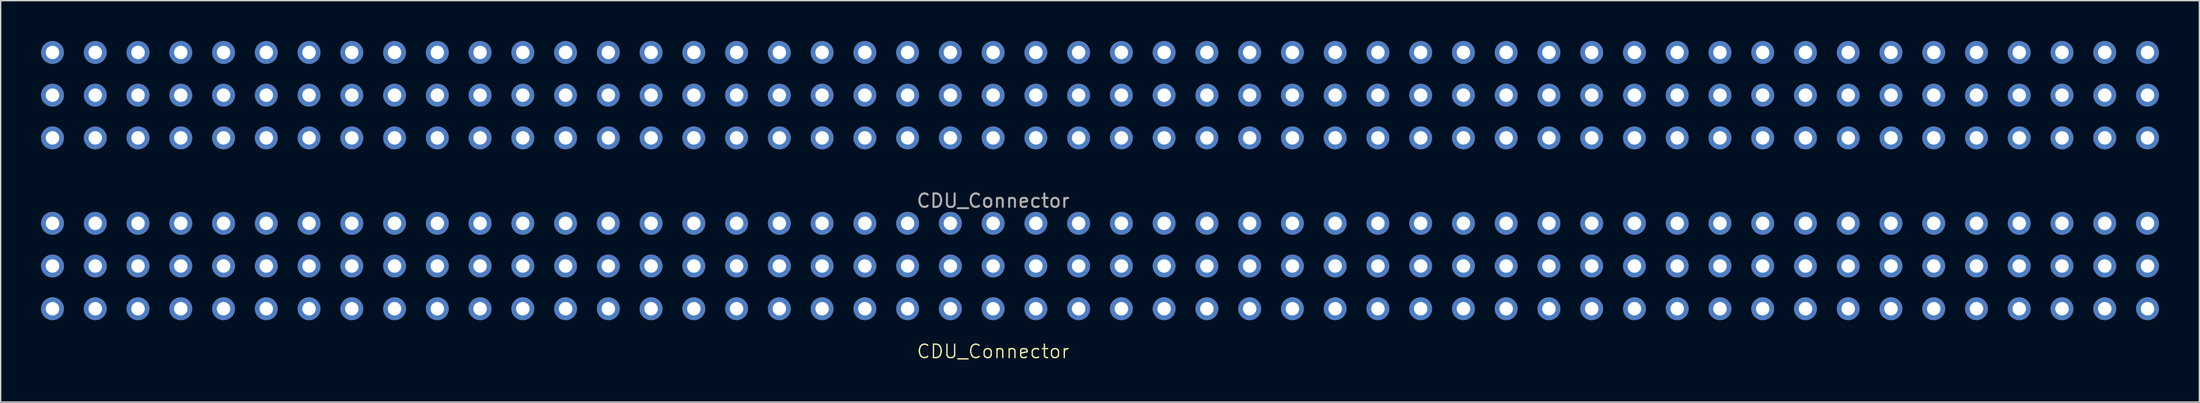
<source format=kicad_pcb>
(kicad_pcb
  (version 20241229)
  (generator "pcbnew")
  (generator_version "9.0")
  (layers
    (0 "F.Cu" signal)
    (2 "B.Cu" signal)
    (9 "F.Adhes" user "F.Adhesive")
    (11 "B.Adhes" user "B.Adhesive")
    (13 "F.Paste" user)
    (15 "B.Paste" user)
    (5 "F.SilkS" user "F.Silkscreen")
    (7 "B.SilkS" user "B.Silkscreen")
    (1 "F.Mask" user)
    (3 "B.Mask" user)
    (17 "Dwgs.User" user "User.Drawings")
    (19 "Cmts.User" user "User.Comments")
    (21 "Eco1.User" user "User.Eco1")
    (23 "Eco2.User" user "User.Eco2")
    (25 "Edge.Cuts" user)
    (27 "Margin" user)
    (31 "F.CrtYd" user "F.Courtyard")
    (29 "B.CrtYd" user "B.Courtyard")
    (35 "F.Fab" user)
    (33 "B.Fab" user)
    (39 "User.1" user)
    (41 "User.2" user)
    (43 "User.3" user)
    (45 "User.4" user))
  (footprint "CDU_Connector"
    (layer "F.Cu")
    (at 156.425 19.9)
    (property "Reference" "CDU_Connector" (at -85.725 3.175 0) (unlocked yes) (layer "F.SilkS") (effects (font (size 1 1) (thickness 0.1))))
    (attr through_hole)
    (fp_text user "${REFERENCE}" (at -85.725 -8.025 0) (unlocked yes) (layer "F.Fab") (effects (font (size 1 1) (thickness 0.15))))
    (pad "101" thru_hole circle (at 0 0) (size 1.7 1.7) (drill 1) (layers "*.Cu" "*.Mask"))
    (pad "102" thru_hole circle (at -3.175 0) (size 1.7 1.7) (drill 1) (layers "*.Cu" "*.Mask"))
    (pad "103" thru_hole circle (at -6.35 0) (size 1.7 1.7) (drill 1) (layers "*.Cu" "*.Mask"))
    (pad "104" thru_hole circle (at -9.525 0) (size 1.7 1.7) (drill 1) (layers "*.Cu" "*.Mask"))
    (pad "105" thru_hole circle (at -12.7 0) (size 1.7 1.7) (drill 1) (layers "*.Cu" "*.Mask"))
    (pad "106" thru_hole circle (at -15.875 0) (size 1.7 1.7) (drill 1) (layers "*.Cu" "*.Mask"))
    (pad "107" thru_hole circle (at -19.05 0) (size 1.7 1.7) (drill 1) (layers "*.Cu" "*.Mask"))
    (pad "108" thru_hole circle (at -22.225 0) (size 1.7 1.7) (drill 1) (layers "*.Cu" "*.Mask"))
    (pad "109" thru_hole circle (at -25.4 0) (size 1.7 1.7) (drill 1) (layers "*.Cu" "*.Mask"))
    (pad "110" thru_hole circle (at -28.575 0) (size 1.7 1.7) (drill 1) (layers "*.Cu" "*.Mask"))
    (pad "111" thru_hole circle (at -31.75 0) (size 1.7 1.7) (drill 1) (layers "*.Cu" "*.Mask"))
    (pad "112" thru_hole circle (at -34.925 0) (size 1.7 1.7) (drill 1) (layers "*.Cu" "*.Mask"))
    (pad "113" thru_hole circle (at -38.1 0) (size 1.7 1.7) (drill 1) (layers "*.Cu" "*.Mask"))
    (pad "114" thru_hole circle (at -41.275 0) (size 1.7 1.7) (drill 1) (layers "*.Cu" "*.Mask"))
    (pad "115" thru_hole circle (at -44.45 0) (size 1.7 1.7) (drill 1) (layers "*.Cu" "*.Mask"))
    (pad "116" thru_hole circle (at -47.625 0) (size 1.7 1.7) (drill 1) (layers "*.Cu" "*.Mask"))
    (pad "117" thru_hole circle (at -50.8 0) (size 1.7 1.7) (drill 1) (layers "*.Cu" "*.Mask"))
    (pad "118" thru_hole circle (at -53.975 0) (size 1.7 1.7) (drill 1) (layers "*.Cu" "*.Mask"))
    (pad "119" thru_hole circle (at -57.15 0) (size 1.7 1.7) (drill 1) (layers "*.Cu" "*.Mask"))
    (pad "120" thru_hole circle (at -60.325 0) (size 1.7 1.7) (drill 1) (layers "*.Cu" "*.Mask"))
    (pad "121" thru_hole circle (at -63.5 0) (size 1.7 1.7) (drill 1) (layers "*.Cu" "*.Mask"))
    (pad "122" thru_hole circle (at -66.675 0) (size 1.7 1.7) (drill 1) (layers "*.Cu" "*.Mask"))
    (pad "123" thru_hole circle (at -69.85 0) (size 1.7 1.7) (drill 1) (layers "*.Cu" "*.Mask"))
    (pad "124" thru_hole circle (at -73.025 0) (size 1.7 1.7) (drill 1) (layers "*.Cu" "*.Mask"))
    (pad "125" thru_hole circle (at -76.2 0) (size 1.7 1.7) (drill 1) (layers "*.Cu" "*.Mask"))
    (pad "126" thru_hole circle (at -79.375 0) (size 1.7 1.7) (drill 1) (layers "*.Cu" "*.Mask"))
    (pad "127" thru_hole circle (at -82.55 0) (size 1.7 1.7) (drill 1) (layers "*.Cu" "*.Mask"))
    (pad "128" thru_hole circle (at -85.725 0) (size 1.7 1.7) (drill 1) (layers "*.Cu" "*.Mask"))
    (pad "129" thru_hole circle (at -88.9 0) (size 1.7 1.7) (drill 1) (layers "*.Cu" "*.Mask"))
    (pad "130" thru_hole circle (at -92.075 0) (size 1.7 1.7) (drill 1) (layers "*.Cu" "*.Mask"))
    (pad "131" thru_hole circle (at -95.25 0) (size 1.7 1.7) (drill 1) (layers "*.Cu" "*.Mask"))
    (pad "132" thru_hole circle (at -98.425 0) (size 1.7 1.7) (drill 1) (layers "*.Cu" "*.Mask"))
    (pad "133" thru_hole circle (at -101.6 0) (size 1.7 1.7) (drill 1) (layers "*.Cu" "*.Mask"))
    (pad "134" thru_hole circle (at -104.775 0) (size 1.7 1.7) (drill 1) (layers "*.Cu" "*.Mask"))
    (pad "135" thru_hole circle (at -107.95 0) (size 1.7 1.7) (drill 1) (layers "*.Cu" "*.Mask"))
    (pad "136" thru_hole circle (at -111.125 0) (size 1.7 1.7) (drill 1) (layers "*.Cu" "*.Mask"))
    (pad "137" thru_hole circle (at -114.3 0) (size 1.7 1.7) (drill 1) (layers "*.Cu" "*.Mask"))
    (pad "138" thru_hole circle (at -117.475 0) (size 1.7 1.7) (drill 1) (layers "*.Cu" "*.Mask"))
    (pad "139" thru_hole circle (at -120.65 0) (size 1.7 1.7) (drill 1) (layers "*.Cu" "*.Mask"))
    (pad "140" thru_hole circle (at -123.825 0) (size 1.7 1.7) (drill 1) (layers "*.Cu" "*.Mask"))
    (pad "141" thru_hole circle (at -127 0) (size 1.7 1.7) (drill 1) (layers "*.Cu" "*.Mask"))
    (pad "142" thru_hole circle (at -130.175 0) (size 1.7 1.7) (drill 1) (layers "*.Cu" "*.Mask"))
    (pad "143" thru_hole circle (at -133.35 0) (size 1.7 1.7) (drill 1) (layers "*.Cu" "*.Mask"))
    (pad "144" thru_hole circle (at -136.525 0) (size 1.7 1.7) (drill 1) (layers "*.Cu" "*.Mask"))
    (pad "145" thru_hole circle (at -139.7 0) (size 1.7 1.7) (drill 1) (layers "*.Cu" "*.Mask"))
    (pad "146" thru_hole circle (at -142.875 0) (size 1.7 1.7) (drill 1) (layers "*.Cu" "*.Mask"))
    (pad "147" thru_hole circle (at -146.05 0) (size 1.7 1.7) (drill 1) (layers "*.Cu" "*.Mask"))
    (pad "148" thru_hole circle (at -149.225 0) (size 1.7 1.7) (drill 1) (layers "*.Cu" "*.Mask"))
    (pad "149" thru_hole circle (at -152.4 0) (size 1.7 1.7) (drill 1) (layers "*.Cu" "*.Mask"))
    (pad "150" thru_hole circle (at -155.575 0) (size 1.7 1.7) (drill 1) (layers "*.Cu" "*.Mask"))
    (pad "201" thru_hole circle (at 0 -3.175) (size 1.7 1.7) (drill 1) (layers "*.Cu" "*.Mask"))
    (pad "202" thru_hole circle (at -3.175 -3.175) (size 1.7 1.7) (drill 1) (layers "*.Cu" "*.Mask"))
    (pad "203" thru_hole circle (at -6.35 -3.175) (size 1.7 1.7) (drill 1) (layers "*.Cu" "*.Mask"))
    (pad "204" thru_hole circle (at -9.525 -3.175) (size 1.7 1.7) (drill 1) (layers "*.Cu" "*.Mask"))
    (pad "205" thru_hole circle (at -12.7 -3.175) (size 1.7 1.7) (drill 1) (layers "*.Cu" "*.Mask"))
    (pad "206" thru_hole circle (at -15.875 -3.175) (size 1.7 1.7) (drill 1) (layers "*.Cu" "*.Mask"))
    (pad "207" thru_hole circle (at -19.05 -3.175) (size 1.7 1.7) (drill 1) (layers "*.Cu" "*.Mask"))
    (pad "208" thru_hole circle (at -22.225 -3.175) (size 1.7 1.7) (drill 1) (layers "*.Cu" "*.Mask"))
    (pad "209" thru_hole circle (at -25.4 -3.175) (size 1.7 1.7) (drill 1) (layers "*.Cu" "*.Mask"))
    (pad "210" thru_hole circle (at -28.575 -3.175) (size 1.7 1.7) (drill 1) (layers "*.Cu" "*.Mask"))
    (pad "211" thru_hole circle (at -31.75 -3.175) (size 1.7 1.7) (drill 1) (layers "*.Cu" "*.Mask"))
    (pad "212" thru_hole circle (at -34.925 -3.175) (size 1.7 1.7) (drill 1) (layers "*.Cu" "*.Mask"))
    (pad "213" thru_hole circle (at -38.1 -3.175) (size 1.7 1.7) (drill 1) (layers "*.Cu" "*.Mask"))
    (pad "214" thru_hole circle (at -41.275 -3.175) (size 1.7 1.7) (drill 1) (layers "*.Cu" "*.Mask"))
    (pad "215" thru_hole circle (at -44.45 -3.175) (size 1.7 1.7) (drill 1) (layers "*.Cu" "*.Mask"))
    (pad "216" thru_hole circle (at -47.625 -3.175) (size 1.7 1.7) (drill 1) (layers "*.Cu" "*.Mask"))
    (pad "217" thru_hole circle (at -50.8 -3.175) (size 1.7 1.7) (drill 1) (layers "*.Cu" "*.Mask"))
    (pad "218" thru_hole circle (at -53.975 -3.175) (size 1.7 1.7) (drill 1) (layers "*.Cu" "*.Mask"))
    (pad "219" thru_hole circle (at -57.15 -3.175) (size 1.7 1.7) (drill 1) (layers "*.Cu" "*.Mask"))
    (pad "220" thru_hole circle (at -60.325 -3.175) (size 1.7 1.7) (drill 1) (layers "*.Cu" "*.Mask"))
    (pad "221" thru_hole circle (at -63.5 -3.175) (size 1.7 1.7) (drill 1) (layers "*.Cu" "*.Mask"))
    (pad "222" thru_hole circle (at -66.675 -3.175) (size 1.7 1.7) (drill 1) (layers "*.Cu" "*.Mask"))
    (pad "223" thru_hole circle (at -69.85 -3.175) (size 1.7 1.7) (drill 1) (layers "*.Cu" "*.Mask"))
    (pad "224" thru_hole circle (at -73.025 -3.175) (size 1.7 1.7) (drill 1) (layers "*.Cu" "*.Mask"))
    (pad "225" thru_hole circle (at -76.2 -3.175) (size 1.7 1.7) (drill 1) (layers "*.Cu" "*.Mask"))
    (pad "226" thru_hole circle (at -79.375 -3.175) (size 1.7 1.7) (drill 1) (layers "*.Cu" "*.Mask"))
    (pad "227" thru_hole circle (at -82.55 -3.175) (size 1.7 1.7) (drill 1) (layers "*.Cu" "*.Mask"))
    (pad "228" thru_hole circle (at -85.725 -3.175) (size 1.7 1.7) (drill 1) (layers "*.Cu" "*.Mask"))
    (pad "229" thru_hole circle (at -88.9 -3.175) (size 1.7 1.7) (drill 1) (layers "*.Cu" "*.Mask"))
    (pad "230" thru_hole circle (at -92.075 -3.175) (size 1.7 1.7) (drill 1) (layers "*.Cu" "*.Mask"))
    (pad "231" thru_hole circle (at -95.25 -3.175) (size 1.7 1.7) (drill 1) (layers "*.Cu" "*.Mask"))
    (pad "232" thru_hole circle (at -98.425 -3.175) (size 1.7 1.7) (drill 1) (layers "*.Cu" "*.Mask"))
    (pad "233" thru_hole circle (at -101.6 -3.175) (size 1.7 1.7) (drill 1) (layers "*.Cu" "*.Mask"))
    (pad "234" thru_hole circle (at -104.775 -3.175) (size 1.7 1.7) (drill 1) (layers "*.Cu" "*.Mask"))
    (pad "235" thru_hole circle (at -107.95 -3.175) (size 1.7 1.7) (drill 1) (layers "*.Cu" "*.Mask"))
    (pad "236" thru_hole circle (at -111.125 -3.175) (size 1.7 1.7) (drill 1) (layers "*.Cu" "*.Mask"))
    (pad "237" thru_hole circle (at -114.3 -3.175) (size 1.7 1.7) (drill 1) (layers "*.Cu" "*.Mask"))
    (pad "238" thru_hole circle (at -117.475 -3.175) (size 1.7 1.7) (drill 1) (layers "*.Cu" "*.Mask"))
    (pad "239" thru_hole circle (at -120.65 -3.175) (size 1.7 1.7) (drill 1) (layers "*.Cu" "*.Mask"))
    (pad "240" thru_hole circle (at -123.825 -3.175) (size 1.7 1.7) (drill 1) (layers "*.Cu" "*.Mask"))
    (pad "241" thru_hole circle (at -127 -3.175) (size 1.7 1.7) (drill 1) (layers "*.Cu" "*.Mask"))
    (pad "242" thru_hole circle (at -130.175 -3.175) (size 1.7 1.7) (drill 1) (layers "*.Cu" "*.Mask"))
    (pad "243" thru_hole circle (at -133.35 -3.175) (size 1.7 1.7) (drill 1) (layers "*.Cu" "*.Mask"))
    (pad "244" thru_hole circle (at -136.525 -3.175) (size 1.7 1.7) (drill 1) (layers "*.Cu" "*.Mask"))
    (pad "245" thru_hole circle (at -139.7 -3.175) (size 1.7 1.7) (drill 1) (layers "*.Cu" "*.Mask"))
    (pad "246" thru_hole circle (at -142.875 -3.175) (size 1.7 1.7) (drill 1) (layers "*.Cu" "*.Mask"))
    (pad "247" thru_hole circle (at -146.05 -3.175) (size 1.7 1.7) (drill 1) (layers "*.Cu" "*.Mask"))
    (pad "248" thru_hole circle (at -149.225 -3.175) (size 1.7 1.7) (drill 1) (layers "*.Cu" "*.Mask"))
    (pad "249" thru_hole circle (at -152.4 -3.175) (size 1.7 1.7) (drill 1) (layers "*.Cu" "*.Mask"))
    (pad "250" thru_hole circle (at -155.575 -3.175) (size 1.7 1.7) (drill 1) (layers "*.Cu" "*.Mask"))
    (pad "301" thru_hole circle (at 0 -6.35) (size 1.7 1.7) (drill 1) (layers "*.Cu" "*.Mask"))
    (pad "302" thru_hole circle (at -3.175 -6.35) (size 1.7 1.7) (drill 1) (layers "*.Cu" "*.Mask"))
    (pad "303" thru_hole circle (at -6.35 -6.35) (size 1.7 1.7) (drill 1) (layers "*.Cu" "*.Mask"))
    (pad "304" thru_hole circle (at -9.525 -6.35) (size 1.7 1.7) (drill 1) (layers "*.Cu" "*.Mask"))
    (pad "305" thru_hole circle (at -12.7 -6.35) (size 1.7 1.7) (drill 1) (layers "*.Cu" "*.Mask"))
    (pad "306" thru_hole circle (at -15.875 -6.35) (size 1.7 1.7) (drill 1) (layers "*.Cu" "*.Mask"))
    (pad "307" thru_hole circle (at -19.05 -6.35) (size 1.7 1.7) (drill 1) (layers "*.Cu" "*.Mask"))
    (pad "308" thru_hole circle (at -22.225 -6.35) (size 1.7 1.7) (drill 1) (layers "*.Cu" "*.Mask"))
    (pad "309" thru_hole circle (at -25.4 -6.35) (size 1.7 1.7) (drill 1) (layers "*.Cu" "*.Mask"))
    (pad "310" thru_hole circle (at -28.575 -6.35) (size 1.7 1.7) (drill 1) (layers "*.Cu" "*.Mask"))
    (pad "311" thru_hole circle (at -31.75 -6.35) (size 1.7 1.7) (drill 1) (layers "*.Cu" "*.Mask"))
    (pad "312" thru_hole circle (at -34.925 -6.35) (size 1.7 1.7) (drill 1) (layers "*.Cu" "*.Mask"))
    (pad "313" thru_hole circle (at -38.1 -6.35) (size 1.7 1.7) (drill 1) (layers "*.Cu" "*.Mask"))
    (pad "314" thru_hole circle (at -41.275 -6.35) (size 1.7 1.7) (drill 1) (layers "*.Cu" "*.Mask"))
    (pad "315" thru_hole circle (at -44.45 -6.35) (size 1.7 1.7) (drill 1) (layers "*.Cu" "*.Mask"))
    (pad "316" thru_hole circle (at -47.625 -6.35) (size 1.7 1.7) (drill 1) (layers "*.Cu" "*.Mask"))
    (pad "317" thru_hole circle (at -50.8 -6.35) (size 1.7 1.7) (drill 1) (layers "*.Cu" "*.Mask"))
    (pad "318" thru_hole circle (at -53.975 -6.35) (size 1.7 1.7) (drill 1) (layers "*.Cu" "*.Mask"))
    (pad "319" thru_hole circle (at -57.15 -6.35) (size 1.7 1.7) (drill 1) (layers "*.Cu" "*.Mask"))
    (pad "320" thru_hole circle (at -60.325 -6.35) (size 1.7 1.7) (drill 1) (layers "*.Cu" "*.Mask"))
    (pad "321" thru_hole circle (at -63.5 -6.35) (size 1.7 1.7) (drill 1) (layers "*.Cu" "*.Mask"))
    (pad "322" thru_hole circle (at -66.675 -6.35) (size 1.7 1.7) (drill 1) (layers "*.Cu" "*.Mask"))
    (pad "323" thru_hole circle (at -69.85 -6.35) (size 1.7 1.7) (drill 1) (layers "*.Cu" "*.Mask"))
    (pad "324" thru_hole circle (at -73.025 -6.35) (size 1.7 1.7) (drill 1) (layers "*.Cu" "*.Mask"))
    (pad "325" thru_hole circle (at -76.2 -6.35) (size 1.7 1.7) (drill 1) (layers "*.Cu" "*.Mask"))
    (pad "326" thru_hole circle (at -79.375 -6.35) (size 1.7 1.7) (drill 1) (layers "*.Cu" "*.Mask"))
    (pad "327" thru_hole circle (at -82.55 -6.35) (size 1.7 1.7) (drill 1) (layers "*.Cu" "*.Mask"))
    (pad "328" thru_hole circle (at -85.725 -6.35) (size 1.7 1.7) (drill 1) (layers "*.Cu" "*.Mask"))
    (pad "329" thru_hole circle (at -88.9 -6.35) (size 1.7 1.7) (drill 1) (layers "*.Cu" "*.Mask"))
    (pad "330" thru_hole circle (at -92.075 -6.35) (size 1.7 1.7) (drill 1) (layers "*.Cu" "*.Mask"))
    (pad "331" thru_hole circle (at -95.25 -6.35) (size 1.7 1.7) (drill 1) (layers "*.Cu" "*.Mask"))
    (pad "332" thru_hole circle (at -98.425 -6.35) (size 1.7 1.7) (drill 1) (layers "*.Cu" "*.Mask"))
    (pad "333" thru_hole circle (at -101.6 -6.35) (size 1.7 1.7) (drill 1) (layers "*.Cu" "*.Mask"))
    (pad "334" thru_hole circle (at -104.775 -6.35) (size 1.7 1.7) (drill 1) (layers "*.Cu" "*.Mask"))
    (pad "335" thru_hole circle (at -107.95 -6.35) (size 1.7 1.7) (drill 1) (layers "*.Cu" "*.Mask"))
    (pad "336" thru_hole circle (at -111.125 -6.35) (size 1.7 1.7) (drill 1) (layers "*.Cu" "*.Mask"))
    (pad "337" thru_hole circle (at -114.3 -6.35) (size 1.7 1.7) (drill 1) (layers "*.Cu" "*.Mask"))
    (pad "338" thru_hole circle (at -117.475 -6.35) (size 1.7 1.7) (drill 1) (layers "*.Cu" "*.Mask"))
    (pad "339" thru_hole circle (at -120.65 -6.35) (size 1.7 1.7) (drill 1) (layers "*.Cu" "*.Mask"))
    (pad "340" thru_hole circle (at -123.825 -6.35) (size 1.7 1.7) (drill 1) (layers "*.Cu" "*.Mask"))
    (pad "341" thru_hole circle (at -127 -6.35) (size 1.7 1.7) (drill 1) (layers "*.Cu" "*.Mask"))
    (pad "342" thru_hole circle (at -130.175 -6.35) (size 1.7 1.7) (drill 1) (layers "*.Cu" "*.Mask"))
    (pad "343" thru_hole circle (at -133.35 -6.35) (size 1.7 1.7) (drill 1) (layers "*.Cu" "*.Mask"))
    (pad "344" thru_hole circle (at -136.525 -6.35) (size 1.7 1.7) (drill 1) (layers "*.Cu" "*.Mask"))
    (pad "345" thru_hole circle (at -139.7 -6.35) (size 1.7 1.7) (drill 1) (layers "*.Cu" "*.Mask"))
    (pad "346" thru_hole circle (at -142.875 -6.35) (size 1.7 1.7) (drill 1) (layers "*.Cu" "*.Mask"))
    (pad "347" thru_hole circle (at -146.05 -6.35) (size 1.7 1.7) (drill 1) (layers "*.Cu" "*.Mask"))
    (pad "348" thru_hole circle (at -149.225 -6.35) (size 1.7 1.7) (drill 1) (layers "*.Cu" "*.Mask"))
    (pad "349" thru_hole circle (at -152.4 -6.35) (size 1.7 1.7) (drill 1) (layers "*.Cu" "*.Mask"))
    (pad "350" thru_hole circle (at -155.575 -6.35) (size 1.7 1.7) (drill 1) (layers "*.Cu" "*.Mask"))
    (pad "401" thru_hole circle (at 0 -12.7) (size 1.7 1.7) (drill 1) (layers "*.Cu" "*.Mask"))
    (pad "402" thru_hole circle (at -3.175 -12.7) (size 1.7 1.7) (drill 1) (layers "*.Cu" "*.Mask"))
    (pad "403" thru_hole circle (at -6.35 -12.7) (size 1.7 1.7) (drill 1) (layers "*.Cu" "*.Mask"))
    (pad "404" thru_hole circle (at -9.525 -12.7) (size 1.7 1.7) (drill 1) (layers "*.Cu" "*.Mask"))
    (pad "405" thru_hole circle (at -12.7 -12.7) (size 1.7 1.7) (drill 1) (layers "*.Cu" "*.Mask"))
    (pad "406" thru_hole circle (at -15.875 -12.7) (size 1.7 1.7) (drill 1) (layers "*.Cu" "*.Mask"))
    (pad "407" thru_hole circle (at -19.05 -12.7) (size 1.7 1.7) (drill 1) (layers "*.Cu" "*.Mask"))
    (pad "408" thru_hole circle (at -22.225 -12.7) (size 1.7 1.7) (drill 1) (layers "*.Cu" "*.Mask"))
    (pad "409" thru_hole circle (at -25.4 -12.7) (size 1.7 1.7) (drill 1) (layers "*.Cu" "*.Mask"))
    (pad "410" thru_hole circle (at -28.575 -12.7) (size 1.7 1.7) (drill 1) (layers "*.Cu" "*.Mask"))
    (pad "411" thru_hole circle (at -31.75 -12.7) (size 1.7 1.7) (drill 1) (layers "*.Cu" "*.Mask"))
    (pad "412" thru_hole circle (at -34.925 -12.7) (size 1.7 1.7) (drill 1) (layers "*.Cu" "*.Mask"))
    (pad "413" thru_hole circle (at -38.1 -12.7) (size 1.7 1.7) (drill 1) (layers "*.Cu" "*.Mask"))
    (pad "414" thru_hole circle (at -41.275 -12.7) (size 1.7 1.7) (drill 1) (layers "*.Cu" "*.Mask"))
    (pad "415" thru_hole circle (at -44.45 -12.7) (size 1.7 1.7) (drill 1) (layers "*.Cu" "*.Mask"))
    (pad "416" thru_hole circle (at -47.625 -12.7) (size 1.7 1.7) (drill 1) (layers "*.Cu" "*.Mask"))
    (pad "417" thru_hole circle (at -50.8 -12.7) (size 1.7 1.7) (drill 1) (layers "*.Cu" "*.Mask"))
    (pad "418" thru_hole circle (at -53.975 -12.7) (size 1.7 1.7) (drill 1) (layers "*.Cu" "*.Mask"))
    (pad "419" thru_hole circle (at -57.15 -12.7) (size 1.7 1.7) (drill 1) (layers "*.Cu" "*.Mask"))
    (pad "420" thru_hole circle (at -60.325 -12.7) (size 1.7 1.7) (drill 1) (layers "*.Cu" "*.Mask"))
    (pad "421" thru_hole circle (at -63.5 -12.7) (size 1.7 1.7) (drill 1) (layers "*.Cu" "*.Mask"))
    (pad "422" thru_hole circle (at -66.675 -12.7) (size 1.7 1.7) (drill 1) (layers "*.Cu" "*.Mask"))
    (pad "423" thru_hole circle (at -69.85 -12.7) (size 1.7 1.7) (drill 1) (layers "*.Cu" "*.Mask"))
    (pad "424" thru_hole circle (at -73.025 -12.7) (size 1.7 1.7) (drill 1) (layers "*.Cu" "*.Mask"))
    (pad "425" thru_hole circle (at -76.2 -12.7) (size 1.7 1.7) (drill 1) (layers "*.Cu" "*.Mask"))
    (pad "426" thru_hole circle (at -79.375 -12.7) (size 1.7 1.7) (drill 1) (layers "*.Cu" "*.Mask"))
    (pad "427" thru_hole circle (at -82.55 -12.7) (size 1.7 1.7) (drill 1) (layers "*.Cu" "*.Mask"))
    (pad "428" thru_hole circle (at -85.725 -12.7) (size 1.7 1.7) (drill 1) (layers "*.Cu" "*.Mask"))
    (pad "429" thru_hole circle (at -88.9 -12.7) (size 1.7 1.7) (drill 1) (layers "*.Cu" "*.Mask"))
    (pad "430" thru_hole circle (at -92.075 -12.7) (size 1.7 1.7) (drill 1) (layers "*.Cu" "*.Mask"))
    (pad "431" thru_hole circle (at -95.25 -12.7) (size 1.7 1.7) (drill 1) (layers "*.Cu" "*.Mask"))
    (pad "432" thru_hole circle (at -98.425 -12.7) (size 1.7 1.7) (drill 1) (layers "*.Cu" "*.Mask"))
    (pad "433" thru_hole circle (at -101.6 -12.7) (size 1.7 1.7) (drill 1) (layers "*.Cu" "*.Mask"))
    (pad "434" thru_hole circle (at -104.775 -12.7) (size 1.7 1.7) (drill 1) (layers "*.Cu" "*.Mask"))
    (pad "435" thru_hole circle (at -107.95 -12.7) (size 1.7 1.7) (drill 1) (layers "*.Cu" "*.Mask"))
    (pad "436" thru_hole circle (at -111.125 -12.7) (size 1.7 1.7) (drill 1) (layers "*.Cu" "*.Mask"))
    (pad "437" thru_hole circle (at -114.3 -12.7) (size 1.7 1.7) (drill 1) (layers "*.Cu" "*.Mask"))
    (pad "438" thru_hole circle (at -117.475 -12.7) (size 1.7 1.7) (drill 1) (layers "*.Cu" "*.Mask"))
    (pad "439" thru_hole circle (at -120.65 -12.7) (size 1.7 1.7) (drill 1) (layers "*.Cu" "*.Mask"))
    (pad "440" thru_hole circle (at -123.825 -12.7) (size 1.7 1.7) (drill 1) (layers "*.Cu" "*.Mask"))
    (pad "441" thru_hole circle (at -127 -12.7) (size 1.7 1.7) (drill 1) (layers "*.Cu" "*.Mask"))
    (pad "442" thru_hole circle (at -130.175 -12.7) (size 1.7 1.7) (drill 1) (layers "*.Cu" "*.Mask"))
    (pad "443" thru_hole circle (at -133.35 -12.7) (size 1.7 1.7) (drill 1) (layers "*.Cu" "*.Mask"))
    (pad "444" thru_hole circle (at -136.525 -12.7) (size 1.7 1.7) (drill 1) (layers "*.Cu" "*.Mask"))
    (pad "445" thru_hole circle (at -139.7 -12.7) (size 1.7 1.7) (drill 1) (layers "*.Cu" "*.Mask"))
    (pad "446" thru_hole circle (at -142.875 -12.7) (size 1.7 1.7) (drill 1) (layers "*.Cu" "*.Mask"))
    (pad "447" thru_hole circle (at -146.05 -12.7) (size 1.7 1.7) (drill 1) (layers "*.Cu" "*.Mask"))
    (pad "448" thru_hole circle (at -149.225 -12.7) (size 1.7 1.7) (drill 1) (layers "*.Cu" "*.Mask"))
    (pad "449" thru_hole circle (at -152.4 -12.7) (size 1.7 1.7) (drill 1) (layers "*.Cu" "*.Mask"))
    (pad "450" thru_hole circle (at -155.575 -12.7) (size 1.7 1.7) (drill 1) (layers "*.Cu" "*.Mask"))
    (pad "501" thru_hole circle (at 0 -15.875) (size 1.7 1.7) (drill 1) (layers "*.Cu" "*.Mask"))
    (pad "502" thru_hole circle (at -3.175 -15.875) (size 1.7 1.7) (drill 1) (layers "*.Cu" "*.Mask"))
    (pad "503" thru_hole circle (at -6.35 -15.875) (size 1.7 1.7) (drill 1) (layers "*.Cu" "*.Mask"))
    (pad "504" thru_hole circle (at -9.525 -15.875) (size 1.7 1.7) (drill 1) (layers "*.Cu" "*.Mask"))
    (pad "505" thru_hole circle (at -12.7 -15.875) (size 1.7 1.7) (drill 1) (layers "*.Cu" "*.Mask"))
    (pad "506" thru_hole circle (at -15.875 -15.875) (size 1.7 1.7) (drill 1) (layers "*.Cu" "*.Mask"))
    (pad "507" thru_hole circle (at -19.05 -15.875) (size 1.7 1.7) (drill 1) (layers "*.Cu" "*.Mask"))
    (pad "508" thru_hole circle (at -22.225 -15.875) (size 1.7 1.7) (drill 1) (layers "*.Cu" "*.Mask"))
    (pad "509" thru_hole circle (at -25.4 -15.875) (size 1.7 1.7) (drill 1) (layers "*.Cu" "*.Mask"))
    (pad "510" thru_hole circle (at -28.575 -15.875) (size 1.7 1.7) (drill 1) (layers "*.Cu" "*.Mask"))
    (pad "511" thru_hole circle (at -31.75 -15.875) (size 1.7 1.7) (drill 1) (layers "*.Cu" "*.Mask"))
    (pad "512" thru_hole circle (at -34.925 -15.875) (size 1.7 1.7) (drill 1) (layers "*.Cu" "*.Mask"))
    (pad "513" thru_hole circle (at -38.1 -15.875) (size 1.7 1.7) (drill 1) (layers "*.Cu" "*.Mask"))
    (pad "514" thru_hole circle (at -41.275 -15.875) (size 1.7 1.7) (drill 1) (layers "*.Cu" "*.Mask"))
    (pad "515" thru_hole circle (at -44.45 -15.875) (size 1.7 1.7) (drill 1) (layers "*.Cu" "*.Mask"))
    (pad "516" thru_hole circle (at -47.625 -15.875) (size 1.7 1.7) (drill 1) (layers "*.Cu" "*.Mask"))
    (pad "517" thru_hole circle (at -50.8 -15.875) (size 1.7 1.7) (drill 1) (layers "*.Cu" "*.Mask"))
    (pad "518" thru_hole circle (at -53.975 -15.875) (size 1.7 1.7) (drill 1) (layers "*.Cu" "*.Mask"))
    (pad "519" thru_hole circle (at -57.15 -15.875) (size 1.7 1.7) (drill 1) (layers "*.Cu" "*.Mask"))
    (pad "520" thru_hole circle (at -60.325 -15.875) (size 1.7 1.7) (drill 1) (layers "*.Cu" "*.Mask"))
    (pad "521" thru_hole circle (at -63.5 -15.875) (size 1.7 1.7) (drill 1) (layers "*.Cu" "*.Mask"))
    (pad "522" thru_hole circle (at -66.675 -15.875) (size 1.7 1.7) (drill 1) (layers "*.Cu" "*.Mask"))
    (pad "523" thru_hole circle (at -69.85 -15.875) (size 1.7 1.7) (drill 1) (layers "*.Cu" "*.Mask"))
    (pad "524" thru_hole circle (at -73.025 -15.875) (size 1.7 1.7) (drill 1) (layers "*.Cu" "*.Mask"))
    (pad "525" thru_hole circle (at -76.2 -15.875) (size 1.7 1.7) (drill 1) (layers "*.Cu" "*.Mask"))
    (pad "526" thru_hole circle (at -79.375 -15.875) (size 1.7 1.7) (drill 1) (layers "*.Cu" "*.Mask"))
    (pad "527" thru_hole circle (at -82.55 -15.875) (size 1.7 1.7) (drill 1) (layers "*.Cu" "*.Mask"))
    (pad "528" thru_hole circle (at -85.725 -15.875) (size 1.7 1.7) (drill 1) (layers "*.Cu" "*.Mask"))
    (pad "529" thru_hole circle (at -88.9 -15.875) (size 1.7 1.7) (drill 1) (layers "*.Cu" "*.Mask"))
    (pad "530" thru_hole circle (at -92.075 -15.875) (size 1.7 1.7) (drill 1) (layers "*.Cu" "*.Mask"))
    (pad "531" thru_hole circle (at -95.25 -15.875) (size 1.7 1.7) (drill 1) (layers "*.Cu" "*.Mask"))
    (pad "532" thru_hole circle (at -98.425 -15.875) (size 1.7 1.7) (drill 1) (layers "*.Cu" "*.Mask"))
    (pad "533" thru_hole circle (at -101.6 -15.875) (size 1.7 1.7) (drill 1) (layers "*.Cu" "*.Mask"))
    (pad "534" thru_hole circle (at -104.775 -15.875) (size 1.7 1.7) (drill 1) (layers "*.Cu" "*.Mask"))
    (pad "535" thru_hole circle (at -107.95 -15.875) (size 1.7 1.7) (drill 1) (layers "*.Cu" "*.Mask"))
    (pad "536" thru_hole circle (at -111.125 -15.875) (size 1.7 1.7) (drill 1) (layers "*.Cu" "*.Mask"))
    (pad "537" thru_hole circle (at -114.3 -15.875) (size 1.7 1.7) (drill 1) (layers "*.Cu" "*.Mask"))
    (pad "538" thru_hole circle (at -117.475 -15.875) (size 1.7 1.7) (drill 1) (layers "*.Cu" "*.Mask"))
    (pad "539" thru_hole circle (at -120.65 -15.875) (size 1.7 1.7) (drill 1) (layers "*.Cu" "*.Mask"))
    (pad "540" thru_hole circle (at -123.825 -15.875) (size 1.7 1.7) (drill 1) (layers "*.Cu" "*.Mask"))
    (pad "541" thru_hole circle (at -127 -15.875) (size 1.7 1.7) (drill 1) (layers "*.Cu" "*.Mask"))
    (pad "542" thru_hole circle (at -130.175 -15.875) (size 1.7 1.7) (drill 1) (layers "*.Cu" "*.Mask"))
    (pad "543" thru_hole circle (at -133.35 -15.875) (size 1.7 1.7) (drill 1) (layers "*.Cu" "*.Mask"))
    (pad "544" thru_hole circle (at -136.525 -15.875) (size 1.7 1.7) (drill 1) (layers "*.Cu" "*.Mask"))
    (pad "545" thru_hole circle (at -139.7 -15.875) (size 1.7 1.7) (drill 1) (layers "*.Cu" "*.Mask"))
    (pad "546" thru_hole circle (at -142.875 -15.875) (size 1.7 1.7) (drill 1) (layers "*.Cu" "*.Mask"))
    (pad "547" thru_hole circle (at -146.05 -15.875) (size 1.7 1.7) (drill 1) (layers "*.Cu" "*.Mask"))
    (pad "548" thru_hole circle (at -149.225 -15.875) (size 1.7 1.7) (drill 1) (layers "*.Cu" "*.Mask"))
    (pad "549" thru_hole circle (at -152.4 -15.875) (size 1.7 1.7) (drill 1) (layers "*.Cu" "*.Mask"))
    (pad "550" thru_hole circle (at -155.575 -15.875) (size 1.7 1.7) (drill 1) (layers "*.Cu" "*.Mask"))
    (pad "601" thru_hole circle (at 0 -19.05) (size 1.7 1.7) (drill 1) (layers "*.Cu" "*.Mask"))
    (pad "602" thru_hole circle (at -3.175 -19.05) (size 1.7 1.7) (drill 1) (layers "*.Cu" "*.Mask"))
    (pad "603" thru_hole circle (at -6.35 -19.05) (size 1.7 1.7) (drill 1) (layers "*.Cu" "*.Mask"))
    (pad "604" thru_hole circle (at -9.525 -19.05) (size 1.7 1.7) (drill 1) (layers "*.Cu" "*.Mask"))
    (pad "605" thru_hole circle (at -12.7 -19.05) (size 1.7 1.7) (drill 1) (layers "*.Cu" "*.Mask"))
    (pad "606" thru_hole circle (at -15.875 -19.05) (size 1.7 1.7) (drill 1) (layers "*.Cu" "*.Mask"))
    (pad "607" thru_hole circle (at -19.05 -19.05) (size 1.7 1.7) (drill 1) (layers "*.Cu" "*.Mask"))
    (pad "608" thru_hole circle (at -22.225 -19.05) (size 1.7 1.7) (drill 1) (layers "*.Cu" "*.Mask"))
    (pad "609" thru_hole circle (at -25.4 -19.05) (size 1.7 1.7) (drill 1) (layers "*.Cu" "*.Mask"))
    (pad "610" thru_hole circle (at -28.575 -19.05) (size 1.7 1.7) (drill 1) (layers "*.Cu" "*.Mask"))
    (pad "611" thru_hole circle (at -31.75 -19.05) (size 1.7 1.7) (drill 1) (layers "*.Cu" "*.Mask"))
    (pad "612" thru_hole circle (at -34.925 -19.05) (size 1.7 1.7) (drill 1) (layers "*.Cu" "*.Mask"))
    (pad "613" thru_hole circle (at -38.1 -19.05) (size 1.7 1.7) (drill 1) (layers "*.Cu" "*.Mask"))
    (pad "614" thru_hole circle (at -41.275 -19.05) (size 1.7 1.7) (drill 1) (layers "*.Cu" "*.Mask"))
    (pad "615" thru_hole circle (at -44.45 -19.05) (size 1.7 1.7) (drill 1) (layers "*.Cu" "*.Mask"))
    (pad "616" thru_hole circle (at -47.625 -19.05) (size 1.7 1.7) (drill 1) (layers "*.Cu" "*.Mask"))
    (pad "617" thru_hole circle (at -50.8 -19.05) (size 1.7 1.7) (drill 1) (layers "*.Cu" "*.Mask"))
    (pad "618" thru_hole circle (at -53.975 -19.05) (size 1.7 1.7) (drill 1) (layers "*.Cu" "*.Mask"))
    (pad "619" thru_hole circle (at -57.15 -19.05) (size 1.7 1.7) (drill 1) (layers "*.Cu" "*.Mask"))
    (pad "620" thru_hole circle (at -60.325 -19.05) (size 1.7 1.7) (drill 1) (layers "*.Cu" "*.Mask"))
    (pad "621" thru_hole circle (at -63.5 -19.05) (size 1.7 1.7) (drill 1) (layers "*.Cu" "*.Mask"))
    (pad "622" thru_hole circle (at -66.675 -19.05) (size 1.7 1.7) (drill 1) (layers "*.Cu" "*.Mask"))
    (pad "623" thru_hole circle (at -69.85 -19.05) (size 1.7 1.7) (drill 1) (layers "*.Cu" "*.Mask"))
    (pad "624" thru_hole circle (at -73.025 -19.05) (size 1.7 1.7) (drill 1) (layers "*.Cu" "*.Mask"))
    (pad "625" thru_hole circle (at -76.2 -19.05) (size 1.7 1.7) (drill 1) (layers "*.Cu" "*.Mask"))
    (pad "626" thru_hole circle (at -79.375 -19.05) (size 1.7 1.7) (drill 1) (layers "*.Cu" "*.Mask"))
    (pad "627" thru_hole circle (at -82.55 -19.05) (size 1.7 1.7) (drill 1) (layers "*.Cu" "*.Mask"))
    (pad "628" thru_hole circle (at -85.725 -19.05) (size 1.7 1.7) (drill 1) (layers "*.Cu" "*.Mask"))
    (pad "629" thru_hole circle (at -88.9 -19.05) (size 1.7 1.7) (drill 1) (layers "*.Cu" "*.Mask"))
    (pad "630" thru_hole circle (at -92.075 -19.05) (size 1.7 1.7) (drill 1) (layers "*.Cu" "*.Mask"))
    (pad "631" thru_hole circle (at -95.25 -19.05) (size 1.7 1.7) (drill 1) (layers "*.Cu" "*.Mask"))
    (pad "632" thru_hole circle (at -98.425 -19.05) (size 1.7 1.7) (drill 1) (layers "*.Cu" "*.Mask"))
    (pad "633" thru_hole circle (at -101.6 -19.05) (size 1.7 1.7) (drill 1) (layers "*.Cu" "*.Mask"))
    (pad "634" thru_hole circle (at -104.775 -19.05) (size 1.7 1.7) (drill 1) (layers "*.Cu" "*.Mask"))
    (pad "635" thru_hole circle (at -107.95 -19.05) (size 1.7 1.7) (drill 1) (layers "*.Cu" "*.Mask"))
    (pad "636" thru_hole circle (at -111.125 -19.05) (size 1.7 1.7) (drill 1) (layers "*.Cu" "*.Mask"))
    (pad "637" thru_hole circle (at -114.3 -19.05) (size 1.7 1.7) (drill 1) (layers "*.Cu" "*.Mask"))
    (pad "638" thru_hole circle (at -117.475 -19.05) (size 1.7 1.7) (drill 1) (layers "*.Cu" "*.Mask"))
    (pad "639" thru_hole circle (at -120.65 -19.05) (size 1.7 1.7) (drill 1) (layers "*.Cu" "*.Mask"))
    (pad "640" thru_hole circle (at -123.825 -19.05) (size 1.7 1.7) (drill 1) (layers "*.Cu" "*.Mask"))
    (pad "641" thru_hole circle (at -127 -19.05) (size 1.7 1.7) (drill 1) (layers "*.Cu" "*.Mask"))
    (pad "642" thru_hole circle (at -130.175 -19.05) (size 1.7 1.7) (drill 1) (layers "*.Cu" "*.Mask"))
    (pad "643" thru_hole circle (at -133.35 -19.05) (size 1.7 1.7) (drill 1) (layers "*.Cu" "*.Mask"))
    (pad "644" thru_hole circle (at -136.525 -19.05) (size 1.7 1.7) (drill 1) (layers "*.Cu" "*.Mask"))
    (pad "645" thru_hole circle (at -139.7 -19.05) (size 1.7 1.7) (drill 1) (layers "*.Cu" "*.Mask"))
    (pad "646" thru_hole circle (at -142.875 -19.05) (size 1.7 1.7) (drill 1) (layers "*.Cu" "*.Mask"))
    (pad "647" thru_hole circle (at -146.05 -19.05) (size 1.7 1.7) (drill 1) (layers "*.Cu" "*.Mask"))
    (pad "648" thru_hole circle (at -149.225 -19.05) (size 1.7 1.7) (drill 1) (layers "*.Cu" "*.Mask"))
    (pad "649" thru_hole circle (at -152.4 -19.05) (size 1.7 1.7) (drill 1) (layers "*.Cu" "*.Mask"))
    (pad "650" thru_hole circle (at -155.575 -19.05) (size 1.7 1.7) (drill 1) (layers "*.Cu" "*.Mask")))
  (gr_rect
    (start -3 -3)
    (end 160.275 26.835)
    (stroke (width 0.1) (type default))
    (fill no)
    (layer "Edge.Cuts")))
</source>
